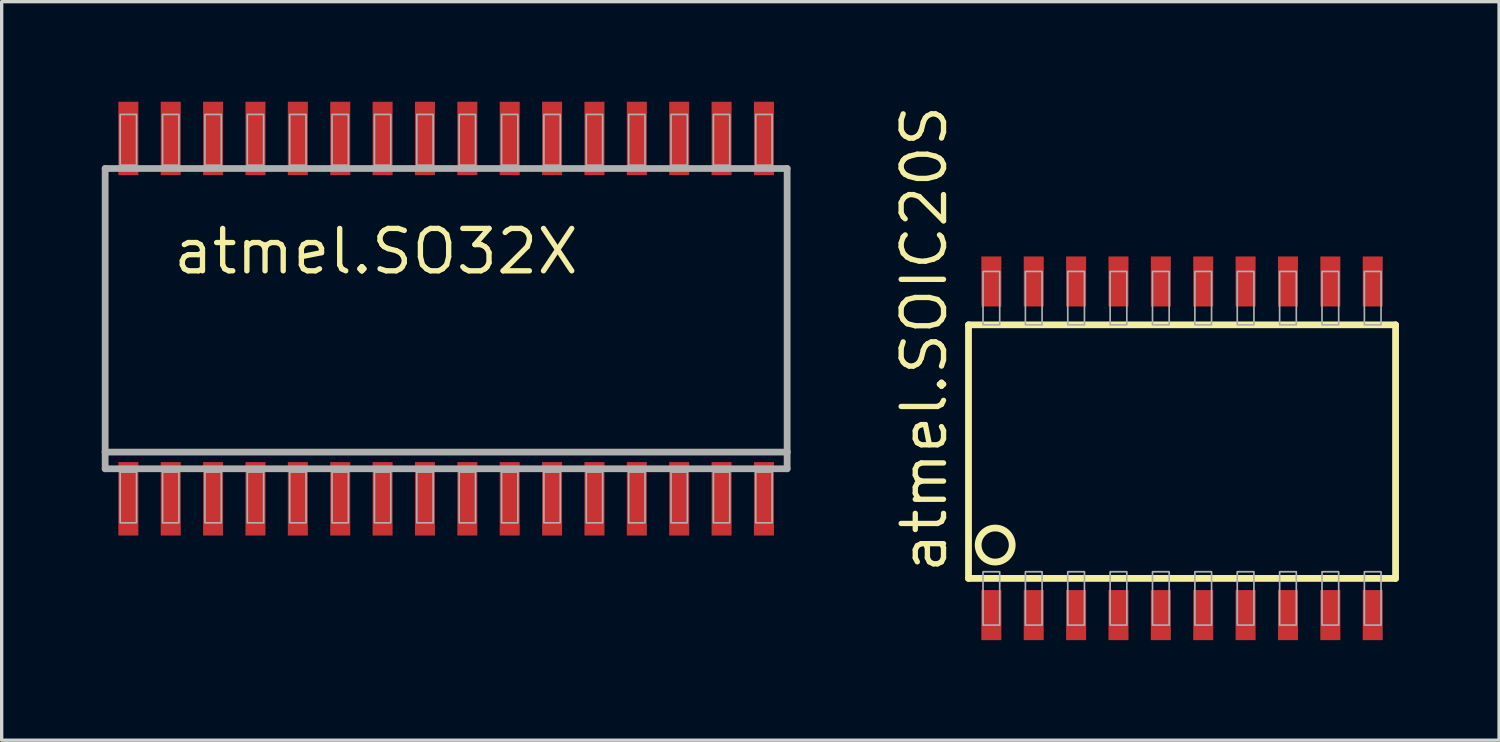
<source format=kicad_pcb>
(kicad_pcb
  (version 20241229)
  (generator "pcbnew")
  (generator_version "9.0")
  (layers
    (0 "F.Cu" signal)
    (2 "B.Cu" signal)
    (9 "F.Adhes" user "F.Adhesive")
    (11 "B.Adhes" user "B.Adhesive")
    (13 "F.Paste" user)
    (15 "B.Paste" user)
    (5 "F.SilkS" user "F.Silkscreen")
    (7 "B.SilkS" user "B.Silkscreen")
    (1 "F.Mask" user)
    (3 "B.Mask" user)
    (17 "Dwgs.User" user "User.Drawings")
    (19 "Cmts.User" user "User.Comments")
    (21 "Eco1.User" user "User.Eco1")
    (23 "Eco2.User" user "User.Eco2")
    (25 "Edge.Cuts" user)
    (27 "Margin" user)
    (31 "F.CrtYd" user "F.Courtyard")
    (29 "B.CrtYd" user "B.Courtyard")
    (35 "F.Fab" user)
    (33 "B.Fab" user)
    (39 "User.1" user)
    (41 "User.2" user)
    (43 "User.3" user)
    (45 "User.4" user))
  (footprint "atmel.SO32X"
    (layer "F.Cu")
    (at 10.322 6.5)
    (property "Reference" "atmel.SO32X" (at -8.255 -1.27 0) (layer "F.SilkS") (effects (font (size 1.27 1.27) (thickness 0.16)) (justify left bottom)))
    (attr smd)
    (fp_line (start -10.22 -4.5) (end 10.22 -4.5) (stroke (width 0.203) (type default)) (layer "F.Fab"))
    (fp_line (start -10.22 4) (end -10.22 -4.5) (stroke (width 0.203) (type default)) (layer "F.Fab"))
    (fp_line (start -10.22 4.5) (end -10.22 4) (stroke (width 0.203) (type default)) (layer "F.Fab"))
    (fp_line (start 10.22 -4.5) (end 10.22 4) (stroke (width 0.203) (type default)) (layer "F.Fab"))
    (fp_line (start 10.22 4) (end -10.22 4) (stroke (width 0.203) (type default)) (layer "F.Fab"))
    (fp_line (start 10.22 4) (end 10.22 4.5) (stroke (width 0.203) (type default)) (layer "F.Fab"))
    (fp_line (start 10.22 4.5) (end -10.22 4.5) (stroke (width 0.203) (type default)) (layer "F.Fab"))
    (fp_rect (start -9.77 -4.6) (end -9.28 -6.12) (stroke (width 0.05) (type default)) (fill no) (layer "F.Fab"))
    (fp_rect (start -9.77 6.12) (end -9.28 4.6) (stroke (width 0.05) (type default)) (fill no) (layer "F.Fab"))
    (fp_rect (start -8.5 -4.6) (end -8.01 -6.12) (stroke (width 0.05) (type default)) (fill no) (layer "F.Fab"))
    (fp_rect (start -8.5 6.12) (end -8.01 4.6) (stroke (width 0.05) (type default)) (fill no) (layer "F.Fab"))
    (fp_rect (start -7.23 -4.6) (end -6.74 -6.12) (stroke (width 0.05) (type default)) (fill no) (layer "F.Fab"))
    (fp_rect (start -7.23 6.12) (end -6.74 4.6) (stroke (width 0.05) (type default)) (fill no) (layer "F.Fab"))
    (fp_rect (start -5.96 -4.6) (end -5.47 -6.12) (stroke (width 0.05) (type default)) (fill no) (layer "F.Fab"))
    (fp_rect (start -5.96 6.12) (end -5.47 4.6) (stroke (width 0.05) (type default)) (fill no) (layer "F.Fab"))
    (fp_rect (start -4.69 -4.6) (end -4.2 -6.12) (stroke (width 0.05) (type default)) (fill no) (layer "F.Fab"))
    (fp_rect (start -4.69 6.12) (end -4.2 4.6) (stroke (width 0.05) (type default)) (fill no) (layer "F.Fab"))
    (fp_rect (start -3.42 -4.6) (end -2.93 -6.12) (stroke (width 0.05) (type default)) (fill no) (layer "F.Fab"))
    (fp_rect (start -3.42 6.12) (end -2.93 4.6) (stroke (width 0.05) (type default)) (fill no) (layer "F.Fab"))
    (fp_rect (start -2.15 -4.6) (end -1.66 -6.12) (stroke (width 0.05) (type default)) (fill no) (layer "F.Fab"))
    (fp_rect (start -2.15 6.12) (end -1.66 4.6) (stroke (width 0.05) (type default)) (fill no) (layer "F.Fab"))
    (fp_rect (start -0.88 -4.6) (end -0.39 -6.12) (stroke (width 0.05) (type default)) (fill no) (layer "F.Fab"))
    (fp_rect (start -0.88 6.12) (end -0.39 4.6) (stroke (width 0.05) (type default)) (fill no) (layer "F.Fab"))
    (fp_rect (start 0.39 -4.6) (end 0.88 -6.12) (stroke (width 0.05) (type default)) (fill no) (layer "F.Fab"))
    (fp_rect (start 0.39 6.12) (end 0.88 4.6) (stroke (width 0.05) (type default)) (fill no) (layer "F.Fab"))
    (fp_rect (start 1.66 -4.6) (end 2.15 -6.12) (stroke (width 0.05) (type default)) (fill no) (layer "F.Fab"))
    (fp_rect (start 1.66 6.12) (end 2.15 4.6) (stroke (width 0.05) (type default)) (fill no) (layer "F.Fab"))
    (fp_rect (start 2.93 -4.6) (end 3.42 -6.12) (stroke (width 0.05) (type default)) (fill no) (layer "F.Fab"))
    (fp_rect (start 2.93 6.12) (end 3.42 4.6) (stroke (width 0.05) (type default)) (fill no) (layer "F.Fab"))
    (fp_rect (start 4.2 -4.6) (end 4.69 -6.12) (stroke (width 0.05) (type default)) (fill no) (layer "F.Fab"))
    (fp_rect (start 4.2 6.12) (end 4.69 4.6) (stroke (width 0.05) (type default)) (fill no) (layer "F.Fab"))
    (fp_rect (start 5.47 -4.6) (end 5.96 -6.12) (stroke (width 0.05) (type default)) (fill no) (layer "F.Fab"))
    (fp_rect (start 5.47 6.12) (end 5.96 4.6) (stroke (width 0.05) (type default)) (fill no) (layer "F.Fab"))
    (fp_rect (start 6.74 -4.6) (end 7.23 -6.12) (stroke (width 0.05) (type default)) (fill no) (layer "F.Fab"))
    (fp_rect (start 6.74 6.12) (end 7.23 4.6) (stroke (width 0.05) (type default)) (fill no) (layer "F.Fab"))
    (fp_rect (start 8.01 -4.6) (end 8.5 -6.12) (stroke (width 0.05) (type default)) (fill no) (layer "F.Fab"))
    (fp_rect (start 8.01 6.12) (end 8.5 4.6) (stroke (width 0.05) (type default)) (fill no) (layer "F.Fab"))
    (fp_rect (start 9.28 -4.6) (end 9.77 -6.12) (stroke (width 0.05) (type default)) (fill no) (layer "F.Fab"))
    (fp_rect (start 9.28 6.12) (end 9.77 4.6) (stroke (width 0.05) (type default)) (fill no) (layer "F.Fab"))
    (pad "1" smd roundrect (at -9.525 5.4) (size 0.6 2.2) (layers "F.Cu" "F.Mask" "F.Paste") (roundrect_rratio 0.01))
    (pad "2" smd roundrect (at -8.255 5.4) (size 0.6 2.2) (layers "F.Cu" "F.Mask" "F.Paste") (roundrect_rratio 0.01))
    (pad "3" smd roundrect (at -6.985 5.4) (size 0.6 2.2) (layers "F.Cu" "F.Mask" "F.Paste") (roundrect_rratio 0.01))
    (pad "4" smd roundrect (at -5.715 5.4) (size 0.6 2.2) (layers "F.Cu" "F.Mask" "F.Paste") (roundrect_rratio 0.01))
    (pad "5" smd roundrect (at -4.445 5.4) (size 0.6 2.2) (layers "F.Cu" "F.Mask" "F.Paste") (roundrect_rratio 0.01))
    (pad "6" smd roundrect (at -3.175 5.4) (size 0.6 2.2) (layers "F.Cu" "F.Mask" "F.Paste") (roundrect_rratio 0.01))
    (pad "7" smd roundrect (at -1.905 5.4) (size 0.6 2.2) (layers "F.Cu" "F.Mask" "F.Paste") (roundrect_rratio 0.01))
    (pad "8" smd roundrect (at -0.635 5.4) (size 0.6 2.2) (layers "F.Cu" "F.Mask" "F.Paste") (roundrect_rratio 0.01))
    (pad "9" smd roundrect (at 0.635 5.4) (size 0.6 2.2) (layers "F.Cu" "F.Mask" "F.Paste") (roundrect_rratio 0.01))
    (pad "10" smd roundrect (at 1.905 5.4) (size 0.6 2.2) (layers "F.Cu" "F.Mask" "F.Paste") (roundrect_rratio 0.01))
    (pad "11" smd roundrect (at 3.175 5.4) (size 0.6 2.2) (layers "F.Cu" "F.Mask" "F.Paste") (roundrect_rratio 0.01))
    (pad "12" smd roundrect (at 4.445 5.4) (size 0.6 2.2) (layers "F.Cu" "F.Mask" "F.Paste") (roundrect_rratio 0.01))
    (pad "13" smd roundrect (at 5.715 5.4) (size 0.6 2.2) (layers "F.Cu" "F.Mask" "F.Paste") (roundrect_rratio 0.01))
    (pad "14" smd roundrect (at 6.985 5.4) (size 0.6 2.2) (layers "F.Cu" "F.Mask" "F.Paste") (roundrect_rratio 0.01))
    (pad "15" smd roundrect (at 8.255 5.4) (size 0.6 2.2) (layers "F.Cu" "F.Mask" "F.Paste") (roundrect_rratio 0.01))
    (pad "16" smd roundrect (at 9.525 5.4) (size 0.6 2.2) (layers "F.Cu" "F.Mask" "F.Paste") (roundrect_rratio 0.01))
    (pad "17" smd roundrect (at 9.525 -5.4) (size 0.6 2.2) (layers "F.Cu" "F.Mask" "F.Paste") (roundrect_rratio 0.01))
    (pad "18" smd roundrect (at 8.255 -5.4) (size 0.6 2.2) (layers "F.Cu" "F.Mask" "F.Paste") (roundrect_rratio 0.01))
    (pad "19" smd roundrect (at 6.985 -5.4) (size 0.6 2.2) (layers "F.Cu" "F.Mask" "F.Paste") (roundrect_rratio 0.01))
    (pad "20" smd roundrect (at 5.715 -5.4) (size 0.6 2.2) (layers "F.Cu" "F.Mask" "F.Paste") (roundrect_rratio 0.01))
    (pad "21" smd roundrect (at 4.445 -5.4) (size 0.6 2.2) (layers "F.Cu" "F.Mask" "F.Paste") (roundrect_rratio 0.01))
    (pad "22" smd roundrect (at 3.175 -5.4) (size 0.6 2.2) (layers "F.Cu" "F.Mask" "F.Paste") (roundrect_rratio 0.01))
    (pad "23" smd roundrect (at 1.905 -5.4) (size 0.6 2.2) (layers "F.Cu" "F.Mask" "F.Paste") (roundrect_rratio 0.01))
    (pad "24" smd roundrect (at 0.635 -5.4) (size 0.6 2.2) (layers "F.Cu" "F.Mask" "F.Paste") (roundrect_rratio 0.01))
    (pad "25" smd roundrect (at -0.635 -5.4) (size 0.6 2.2) (layers "F.Cu" "F.Mask" "F.Paste") (roundrect_rratio 0.01))
    (pad "26" smd roundrect (at -1.905 -5.4) (size 0.6 2.2) (layers "F.Cu" "F.Mask" "F.Paste") (roundrect_rratio 0.01))
    (pad "27" smd roundrect (at -3.175 -5.4) (size 0.6 2.2) (layers "F.Cu" "F.Mask" "F.Paste") (roundrect_rratio 0.01))
    (pad "28" smd roundrect (at -4.445 -5.4) (size 0.6 2.2) (layers "F.Cu" "F.Mask" "F.Paste") (roundrect_rratio 0.01))
    (pad "29" smd roundrect (at -5.715 -5.4) (size 0.6 2.2) (layers "F.Cu" "F.Mask" "F.Paste") (roundrect_rratio 0.01))
    (pad "30" smd roundrect (at -6.985 -5.4) (size 0.6 2.2) (layers "F.Cu" "F.Mask" "F.Paste") (roundrect_rratio 0.01))
    (pad "31" smd roundrect (at -8.255 -5.4) (size 0.6 2.2) (layers "F.Cu" "F.Mask" "F.Paste") (roundrect_rratio 0.01))
    (pad "32" smd roundrect (at -9.525 -5.4) (size 0.6 2.2) (layers "F.Cu" "F.Mask" "F.Paste") (roundrect_rratio 0.01)))
  (footprint "atmel.SOIC20S"
    (layer "F.Cu")
    (at 32.378 10.386)
    (property "Reference" "atmel.SOIC20S" (at -6.985 3.81 90) (layer "F.SilkS") (effects (font (size 1.27 1.27) (thickness 0.16)) (justify left bottom)))
    (attr smd)
    (fp_line (start -6.4 -3.7) (end -6.4 3.9) (stroke (width 0.203) (type default)) (layer "F.SilkS"))
    (fp_line (start -6.4 3.9) (end 6.4 3.9) (stroke (width 0.203) (type default)) (layer "F.SilkS"))
    (fp_line (start 6.4 -3.7) (end -6.4 -3.7) (stroke (width 0.203) (type default)) (layer "F.SilkS"))
    (fp_line (start 6.4 3.9) (end 6.4 -3.7) (stroke (width 0.203) (type default)) (layer "F.SilkS"))
    (fp_circle (center -5.6 2.9) (end -5.09 2.9) (stroke (width 0.203) (type default)) (fill no) (layer "F.SilkS"))
    (fp_rect (start -5.965 -3.7) (end -5.465 -5.3) (stroke (width 0.05) (type default)) (fill no) (layer "F.Fab"))
    (fp_rect (start -5.965 5.3) (end -5.465 3.7) (stroke (width 0.05) (type default)) (fill no) (layer "F.Fab"))
    (fp_rect (start -4.695 -3.7) (end -4.195 -5.3) (stroke (width 0.05) (type default)) (fill no) (layer "F.Fab"))
    (fp_rect (start -4.695 5.3) (end -4.195 3.7) (stroke (width 0.05) (type default)) (fill no) (layer "F.Fab"))
    (fp_rect (start -3.425 -3.7) (end -2.925 -5.3) (stroke (width 0.05) (type default)) (fill no) (layer "F.Fab"))
    (fp_rect (start -3.425 5.3) (end -2.925 3.7) (stroke (width 0.05) (type default)) (fill no) (layer "F.Fab"))
    (fp_rect (start -2.155 -3.7) (end -1.655 -5.3) (stroke (width 0.05) (type default)) (fill no) (layer "F.Fab"))
    (fp_rect (start -2.155 5.3) (end -1.655 3.7) (stroke (width 0.05) (type default)) (fill no) (layer "F.Fab"))
    (fp_rect (start -0.885 -3.7) (end -0.385 -5.3) (stroke (width 0.05) (type default)) (fill no) (layer "F.Fab"))
    (fp_rect (start -0.885 5.3) (end -0.385 3.7) (stroke (width 0.05) (type default)) (fill no) (layer "F.Fab"))
    (fp_rect (start 0.385 -3.7) (end 0.885 -5.3) (stroke (width 0.05) (type default)) (fill no) (layer "F.Fab"))
    (fp_rect (start 0.385 5.3) (end 0.885 3.7) (stroke (width 0.05) (type default)) (fill no) (layer "F.Fab"))
    (fp_rect (start 1.655 -3.7) (end 2.155 -5.3) (stroke (width 0.05) (type default)) (fill no) (layer "F.Fab"))
    (fp_rect (start 1.655 5.3) (end 2.155 3.7) (stroke (width 0.05) (type default)) (fill no) (layer "F.Fab"))
    (fp_rect (start 2.925 -3.7) (end 3.425 -5.3) (stroke (width 0.05) (type default)) (fill no) (layer "F.Fab"))
    (fp_rect (start 2.925 5.3) (end 3.425 3.7) (stroke (width 0.05) (type default)) (fill no) (layer "F.Fab"))
    (fp_rect (start 4.195 -3.7) (end 4.695 -5.3) (stroke (width 0.05) (type default)) (fill no) (layer "F.Fab"))
    (fp_rect (start 4.195 5.3) (end 4.695 3.7) (stroke (width 0.05) (type default)) (fill no) (layer "F.Fab"))
    (fp_rect (start 5.465 -3.7) (end 5.965 -5.3) (stroke (width 0.05) (type default)) (fill no) (layer "F.Fab"))
    (fp_rect (start 5.465 5.3) (end 5.965 3.7) (stroke (width 0.05) (type default)) (fill no) (layer "F.Fab"))
    (pad "1" smd roundrect (at -5.715 5) (size 0.6 1.5) (layers "F.Cu" "F.Mask" "F.Paste") (roundrect_rratio 0.01))
    (pad "2" smd roundrect (at -4.445 5) (size 0.6 1.5) (layers "F.Cu" "F.Mask" "F.Paste") (roundrect_rratio 0.01))
    (pad "3" smd roundrect (at -3.175 5) (size 0.6 1.5) (layers "F.Cu" "F.Mask" "F.Paste") (roundrect_rratio 0.01))
    (pad "4" smd roundrect (at -1.905 5) (size 0.6 1.5) (layers "F.Cu" "F.Mask" "F.Paste") (roundrect_rratio 0.01))
    (pad "5" smd roundrect (at -0.635 5) (size 0.6 1.5) (layers "F.Cu" "F.Mask" "F.Paste") (roundrect_rratio 0.01))
    (pad "6" smd roundrect (at 0.635 5) (size 0.6 1.5) (layers "F.Cu" "F.Mask" "F.Paste") (roundrect_rratio 0.01))
    (pad "7" smd roundrect (at 1.905 5) (size 0.6 1.5) (layers "F.Cu" "F.Mask" "F.Paste") (roundrect_rratio 0.01))
    (pad "8" smd roundrect (at 3.175 5) (size 0.6 1.5) (layers "F.Cu" "F.Mask" "F.Paste") (roundrect_rratio 0.01))
    (pad "9" smd roundrect (at 4.445 5) (size 0.6 1.5) (layers "F.Cu" "F.Mask" "F.Paste") (roundrect_rratio 0.01))
    (pad "10" smd roundrect (at 5.715 5) (size 0.6 1.5) (layers "F.Cu" "F.Mask" "F.Paste") (roundrect_rratio 0.01))
    (pad "11" smd roundrect (at 5.715 -5) (size 0.6 1.5) (layers "F.Cu" "F.Mask" "F.Paste") (roundrect_rratio 0.01))
    (pad "12" smd roundrect (at 4.445 -5) (size 0.6 1.5) (layers "F.Cu" "F.Mask" "F.Paste") (roundrect_rratio 0.01))
    (pad "13" smd roundrect (at 3.175 -5) (size 0.6 1.5) (layers "F.Cu" "F.Mask" "F.Paste") (roundrect_rratio 0.01))
    (pad "14" smd roundrect (at 1.905 -5) (size 0.6 1.5) (layers "F.Cu" "F.Mask" "F.Paste") (roundrect_rratio 0.01))
    (pad "15" smd roundrect (at 0.635 -5) (size 0.6 1.5) (layers "F.Cu" "F.Mask" "F.Paste") (roundrect_rratio 0.01))
    (pad "16" smd roundrect (at -0.635 -5) (size 0.6 1.5) (layers "F.Cu" "F.Mask" "F.Paste") (roundrect_rratio 0.01))
    (pad "17" smd roundrect (at -1.905 -5) (size 0.6 1.5) (layers "F.Cu" "F.Mask" "F.Paste") (roundrect_rratio 0.01))
    (pad "18" smd roundrect (at -3.175 -5) (size 0.6 1.5) (layers "F.Cu" "F.Mask" "F.Paste") (roundrect_rratio 0.01))
    (pad "19" smd roundrect (at -4.445 -5) (size 0.6 1.5) (layers "F.Cu" "F.Mask" "F.Paste") (roundrect_rratio 0.01))
    (pad "20" smd roundrect (at -5.715 -5) (size 0.6 1.5) (layers "F.Cu" "F.Mask" "F.Paste") (roundrect_rratio 0.01)))
  (gr_rect
    (start -3 -3)
    (end 41.88 19.136)
    (stroke (width 0.1) (type default))
    (fill no)
    (layer "Edge.Cuts")))
</source>
